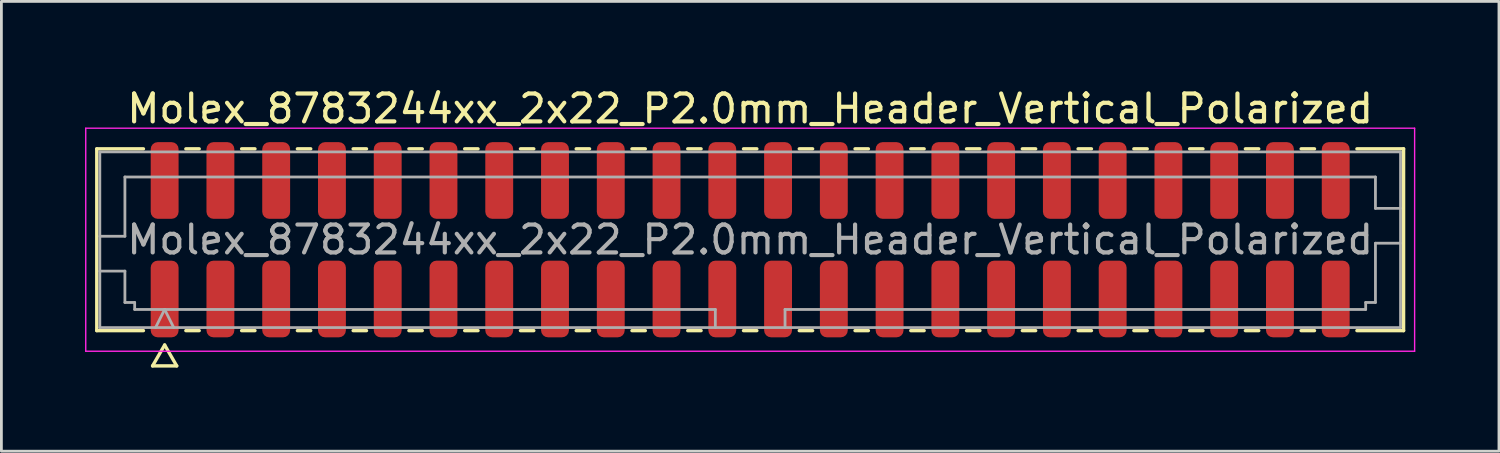
<source format=kicad_pcb>
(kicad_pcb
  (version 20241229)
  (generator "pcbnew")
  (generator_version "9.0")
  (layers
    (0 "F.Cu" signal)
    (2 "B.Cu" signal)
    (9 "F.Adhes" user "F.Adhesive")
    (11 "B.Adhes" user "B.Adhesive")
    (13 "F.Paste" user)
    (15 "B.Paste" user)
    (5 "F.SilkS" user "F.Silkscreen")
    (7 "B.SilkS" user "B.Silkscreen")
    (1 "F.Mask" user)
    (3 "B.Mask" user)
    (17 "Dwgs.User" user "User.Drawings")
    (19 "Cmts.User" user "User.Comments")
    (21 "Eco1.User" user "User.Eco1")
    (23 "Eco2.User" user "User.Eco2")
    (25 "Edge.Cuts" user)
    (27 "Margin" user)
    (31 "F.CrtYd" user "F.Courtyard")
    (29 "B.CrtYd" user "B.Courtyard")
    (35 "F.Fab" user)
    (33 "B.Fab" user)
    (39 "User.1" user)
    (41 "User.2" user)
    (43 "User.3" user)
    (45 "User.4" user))
  (footprint "Molex_8783244xx_2x22_P2.0mm_Header_Vertical_Polarized"
    (layer "F.Cu")
    (at 23.855 5.548)
    (property "Reference" "Molex_8783244xx_2x22_P2.0mm_Header_Vertical_Polarized" (at 0 -4.7 0) (layer "F.SilkS") (effects (font (size 1 1) (thickness 0.15))))
    (attr smd)
    (fp_line (start -23.435 -3.26) (end -21.76 -3.26) (stroke (width 0.12) (type solid)) (layer "F.SilkS"))
    (fp_line (start -23.435 3.26) (end -23.435 -3.26) (stroke (width 0.12) (type solid)) (layer "F.SilkS"))
    (fp_line (start -21.76 3.26) (end -23.435 3.26) (stroke (width 0.12) (type solid)) (layer "F.SilkS"))
    (fp_line (start -21.433 4.525) (end -21 3.775) (stroke (width 0.12) (type solid)) (layer "F.SilkS"))
    (fp_line (start -21 3.775) (end -20.567 4.525) (stroke (width 0.12) (type solid)) (layer "F.SilkS"))
    (fp_line (start -20.567 4.525) (end -21.433 4.525) (stroke (width 0.12) (type solid)) (layer "F.SilkS"))
    (fp_line (start -20.24 -3.26) (end -19.76 -3.26) (stroke (width 0.12) (type solid)) (layer "F.SilkS"))
    (fp_line (start -19.76 3.26) (end -20.24 3.26) (stroke (width 0.12) (type solid)) (layer "F.SilkS"))
    (fp_line (start -18.24 -3.26) (end -17.76 -3.26) (stroke (width 0.12) (type solid)) (layer "F.SilkS"))
    (fp_line (start -17.76 3.26) (end -18.24 3.26) (stroke (width 0.12) (type solid)) (layer "F.SilkS"))
    (fp_line (start -16.24 -3.26) (end -15.76 -3.26) (stroke (width 0.12) (type solid)) (layer "F.SilkS"))
    (fp_line (start -15.76 3.26) (end -16.24 3.26) (stroke (width 0.12) (type solid)) (layer "F.SilkS"))
    (fp_line (start -14.24 -3.26) (end -13.76 -3.26) (stroke (width 0.12) (type solid)) (layer "F.SilkS"))
    (fp_line (start -13.76 3.26) (end -14.24 3.26) (stroke (width 0.12) (type solid)) (layer "F.SilkS"))
    (fp_line (start -12.24 -3.26) (end -11.76 -3.26) (stroke (width 0.12) (type solid)) (layer "F.SilkS"))
    (fp_line (start -11.76 3.26) (end -12.24 3.26) (stroke (width 0.12) (type solid)) (layer "F.SilkS"))
    (fp_line (start -10.24 -3.26) (end -9.76 -3.26) (stroke (width 0.12) (type solid)) (layer "F.SilkS"))
    (fp_line (start -9.76 3.26) (end -10.24 3.26) (stroke (width 0.12) (type solid)) (layer "F.SilkS"))
    (fp_line (start -8.24 -3.26) (end -7.76 -3.26) (stroke (width 0.12) (type solid)) (layer "F.SilkS"))
    (fp_line (start -7.76 3.26) (end -8.24 3.26) (stroke (width 0.12) (type solid)) (layer "F.SilkS"))
    (fp_line (start -6.24 -3.26) (end -5.76 -3.26) (stroke (width 0.12) (type solid)) (layer "F.SilkS"))
    (fp_line (start -5.76 3.26) (end -6.24 3.26) (stroke (width 0.12) (type solid)) (layer "F.SilkS"))
    (fp_line (start -4.24 -3.26) (end -3.76 -3.26) (stroke (width 0.12) (type solid)) (layer "F.SilkS"))
    (fp_line (start -3.76 3.26) (end -4.24 3.26) (stroke (width 0.12) (type solid)) (layer "F.SilkS"))
    (fp_line (start -2.24 -3.26) (end -1.76 -3.26) (stroke (width 0.12) (type solid)) (layer "F.SilkS"))
    (fp_line (start -1.76 3.26) (end -2.24 3.26) (stroke (width 0.12) (type solid)) (layer "F.SilkS"))
    (fp_line (start -0.24 -3.26) (end 0.24 -3.26) (stroke (width 0.12) (type solid)) (layer "F.SilkS"))
    (fp_line (start 0.24 3.26) (end -0.24 3.26) (stroke (width 0.12) (type solid)) (layer "F.SilkS"))
    (fp_line (start 1.76 -3.26) (end 2.24 -3.26) (stroke (width 0.12) (type solid)) (layer "F.SilkS"))
    (fp_line (start 2.24 3.26) (end 1.76 3.26) (stroke (width 0.12) (type solid)) (layer "F.SilkS"))
    (fp_line (start 3.76 -3.26) (end 4.24 -3.26) (stroke (width 0.12) (type solid)) (layer "F.SilkS"))
    (fp_line (start 4.24 3.26) (end 3.76 3.26) (stroke (width 0.12) (type solid)) (layer "F.SilkS"))
    (fp_line (start 5.76 -3.26) (end 6.24 -3.26) (stroke (width 0.12) (type solid)) (layer "F.SilkS"))
    (fp_line (start 6.24 3.26) (end 5.76 3.26) (stroke (width 0.12) (type solid)) (layer "F.SilkS"))
    (fp_line (start 7.76 -3.26) (end 8.24 -3.26) (stroke (width 0.12) (type solid)) (layer "F.SilkS"))
    (fp_line (start 8.24 3.26) (end 7.76 3.26) (stroke (width 0.12) (type solid)) (layer "F.SilkS"))
    (fp_line (start 9.76 -3.26) (end 10.24 -3.26) (stroke (width 0.12) (type solid)) (layer "F.SilkS"))
    (fp_line (start 10.24 3.26) (end 9.76 3.26) (stroke (width 0.12) (type solid)) (layer "F.SilkS"))
    (fp_line (start 11.76 -3.26) (end 12.24 -3.26) (stroke (width 0.12) (type solid)) (layer "F.SilkS"))
    (fp_line (start 12.24 3.26) (end 11.76 3.26) (stroke (width 0.12) (type solid)) (layer "F.SilkS"))
    (fp_line (start 13.76 -3.26) (end 14.24 -3.26) (stroke (width 0.12) (type solid)) (layer "F.SilkS"))
    (fp_line (start 14.24 3.26) (end 13.76 3.26) (stroke (width 0.12) (type solid)) (layer "F.SilkS"))
    (fp_line (start 15.76 -3.26) (end 16.24 -3.26) (stroke (width 0.12) (type solid)) (layer "F.SilkS"))
    (fp_line (start 16.24 3.26) (end 15.76 3.26) (stroke (width 0.12) (type solid)) (layer "F.SilkS"))
    (fp_line (start 17.76 -3.26) (end 18.24 -3.26) (stroke (width 0.12) (type solid)) (layer "F.SilkS"))
    (fp_line (start 18.24 3.26) (end 17.76 3.26) (stroke (width 0.12) (type solid)) (layer "F.SilkS"))
    (fp_line (start 19.76 -3.26) (end 20.24 -3.26) (stroke (width 0.12) (type solid)) (layer "F.SilkS"))
    (fp_line (start 20.24 3.26) (end 19.76 3.26) (stroke (width 0.12) (type solid)) (layer "F.SilkS"))
    (fp_line (start 21.76 -3.26) (end 23.435 -3.26) (stroke (width 0.12) (type solid)) (layer "F.SilkS"))
    (fp_line (start 23.435 -3.26) (end 23.435 3.26) (stroke (width 0.12) (type solid)) (layer "F.SilkS"))
    (fp_line (start 23.435 3.26) (end 21.76 3.26) (stroke (width 0.12) (type solid)) (layer "F.SilkS"))
    (fp_line (start -23.83 -4) (end -23.83 4) (stroke (width 0.05) (type solid)) (layer "F.CrtYd"))
    (fp_line (start -23.83 4) (end 23.83 4) (stroke (width 0.05) (type solid)) (layer "F.CrtYd"))
    (fp_line (start 23.83 -4) (end -23.83 -4) (stroke (width 0.05) (type solid)) (layer "F.CrtYd"))
    (fp_line (start 23.83 4) (end 23.83 -4) (stroke (width 0.05) (type solid)) (layer "F.CrtYd"))
    (fp_line (start -23.325 -3.15) (end 23.325 -3.15) (stroke (width 0.1) (type solid)) (layer "F.Fab"))
    (fp_line (start -23.325 -0.125) (end -22.425 -0.125) (stroke (width 0.1) (type solid)) (layer "F.Fab"))
    (fp_line (start -23.325 1.125) (end -22.425 1.125) (stroke (width 0.1) (type solid)) (layer "F.Fab"))
    (fp_line (start -23.325 3.15) (end -23.325 -3.15) (stroke (width 0.1) (type solid)) (layer "F.Fab"))
    (fp_line (start -22.425 -2.25) (end 22.425 -2.25) (stroke (width 0.1) (type solid)) (layer "F.Fab"))
    (fp_line (start -22.425 -0.125) (end -22.425 -2.25) (stroke (width 0.1) (type solid)) (layer "F.Fab"))
    (fp_line (start -22.425 1.125) (end -22.425 2.25) (stroke (width 0.1) (type solid)) (layer "F.Fab"))
    (fp_line (start -22.425 2.25) (end -22.075 2.25) (stroke (width 0.1) (type solid)) (layer "F.Fab"))
    (fp_line (start -22.075 2.25) (end -22.075 2.5) (stroke (width 0.1) (type solid)) (layer "F.Fab"))
    (fp_line (start -22.075 2.5) (end -1.25 2.5) (stroke (width 0.1) (type solid)) (layer "F.Fab"))
    (fp_line (start -21.325 3.15) (end -21 2.5) (stroke (width 0.1) (type solid)) (layer "F.Fab"))
    (fp_line (start -21 2.5) (end -20.675 3.15) (stroke (width 0.1) (type solid)) (layer "F.Fab"))
    (fp_line (start -1.25 2.5) (end -1.25 3.15) (stroke (width 0.1) (type solid)) (layer "F.Fab"))
    (fp_line (start 1.25 2.5) (end 1.25 3.15) (stroke (width 0.1) (type solid)) (layer "F.Fab"))
    (fp_line (start 1.25 2.5) (end 22.075 2.5) (stroke (width 0.1) (type solid)) (layer "F.Fab"))
    (fp_line (start 22.075 2.25) (end 22.425 2.25) (stroke (width 0.1) (type solid)) (layer "F.Fab"))
    (fp_line (start 22.075 2.5) (end 22.075 2.25) (stroke (width 0.1) (type solid)) (layer "F.Fab"))
    (fp_line (start 22.425 -2.25) (end 22.425 -1.125) (stroke (width 0.1) (type solid)) (layer "F.Fab"))
    (fp_line (start 22.425 -1.125) (end 23.325 -1.125) (stroke (width 0.1) (type solid)) (layer "F.Fab"))
    (fp_line (start 22.425 0.125) (end 23.325 0.125) (stroke (width 0.1) (type solid)) (layer "F.Fab"))
    (fp_line (start 22.425 2.25) (end 22.425 0.125) (stroke (width 0.1) (type solid)) (layer "F.Fab"))
    (fp_line (start 23.325 -3.15) (end 23.325 3.15) (stroke (width 0.1) (type solid)) (layer "F.Fab"))
    (fp_line (start 23.325 3.15) (end -23.325 3.15) (stroke (width 0.1) (type solid)) (layer "F.Fab"))
    (fp_text user "${REFERENCE}" (at 0 0 0) (layer "F.Fab") (effects (font (size 1 1) (thickness 0.15))))
    (pad "1" smd roundrect (at -21 2.125) (size 1 2.75) (layers "F.Cu" "F.Mask" "F.Paste") (roundrect_rratio 0.25))
    (pad "2" smd roundrect (at -21 -2.125) (size 1 2.75) (layers "F.Cu" "F.Mask" "F.Paste") (roundrect_rratio 0.25))
    (pad "3" smd roundrect (at -19 2.125) (size 1 2.75) (layers "F.Cu" "F.Mask" "F.Paste") (roundrect_rratio 0.25))
    (pad "4" smd roundrect (at -19 -2.125) (size 1 2.75) (layers "F.Cu" "F.Mask" "F.Paste") (roundrect_rratio 0.25))
    (pad "5" smd roundrect (at -17 2.125) (size 1 2.75) (layers "F.Cu" "F.Mask" "F.Paste") (roundrect_rratio 0.25))
    (pad "6" smd roundrect (at -17 -2.125) (size 1 2.75) (layers "F.Cu" "F.Mask" "F.Paste") (roundrect_rratio 0.25))
    (pad "7" smd roundrect (at -15 2.125) (size 1 2.75) (layers "F.Cu" "F.Mask" "F.Paste") (roundrect_rratio 0.25))
    (pad "8" smd roundrect (at -15 -2.125) (size 1 2.75) (layers "F.Cu" "F.Mask" "F.Paste") (roundrect_rratio 0.25))
    (pad "9" smd roundrect (at -13 2.125) (size 1 2.75) (layers "F.Cu" "F.Mask" "F.Paste") (roundrect_rratio 0.25))
    (pad "10" smd roundrect (at -13 -2.125) (size 1 2.75) (layers "F.Cu" "F.Mask" "F.Paste") (roundrect_rratio 0.25))
    (pad "11" smd roundrect (at -11 2.125) (size 1 2.75) (layers "F.Cu" "F.Mask" "F.Paste") (roundrect_rratio 0.25))
    (pad "12" smd roundrect (at -11 -2.125) (size 1 2.75) (layers "F.Cu" "F.Mask" "F.Paste") (roundrect_rratio 0.25))
    (pad "13" smd roundrect (at -9 2.125) (size 1 2.75) (layers "F.Cu" "F.Mask" "F.Paste") (roundrect_rratio 0.25))
    (pad "14" smd roundrect (at -9 -2.125) (size 1 2.75) (layers "F.Cu" "F.Mask" "F.Paste") (roundrect_rratio 0.25))
    (pad "15" smd roundrect (at -7 2.125) (size 1 2.75) (layers "F.Cu" "F.Mask" "F.Paste") (roundrect_rratio 0.25))
    (pad "16" smd roundrect (at -7 -2.125) (size 1 2.75) (layers "F.Cu" "F.Mask" "F.Paste") (roundrect_rratio 0.25))
    (pad "17" smd roundrect (at -5 2.125) (size 1 2.75) (layers "F.Cu" "F.Mask" "F.Paste") (roundrect_rratio 0.25))
    (pad "18" smd roundrect (at -5 -2.125) (size 1 2.75) (layers "F.Cu" "F.Mask" "F.Paste") (roundrect_rratio 0.25))
    (pad "19" smd roundrect (at -3 2.125) (size 1 2.75) (layers "F.Cu" "F.Mask" "F.Paste") (roundrect_rratio 0.25))
    (pad "20" smd roundrect (at -3 -2.125) (size 1 2.75) (layers "F.Cu" "F.Mask" "F.Paste") (roundrect_rratio 0.25))
    (pad "21" smd roundrect (at -1 2.125) (size 1 2.75) (layers "F.Cu" "F.Mask" "F.Paste") (roundrect_rratio 0.25))
    (pad "22" smd roundrect (at -1 -2.125) (size 1 2.75) (layers "F.Cu" "F.Mask" "F.Paste") (roundrect_rratio 0.25))
    (pad "23" smd roundrect (at 1 2.125) (size 1 2.75) (layers "F.Cu" "F.Mask" "F.Paste") (roundrect_rratio 0.25))
    (pad "24" smd roundrect (at 1 -2.125) (size 1 2.75) (layers "F.Cu" "F.Mask" "F.Paste") (roundrect_rratio 0.25))
    (pad "25" smd roundrect (at 3 2.125) (size 1 2.75) (layers "F.Cu" "F.Mask" "F.Paste") (roundrect_rratio 0.25))
    (pad "26" smd roundrect (at 3 -2.125) (size 1 2.75) (layers "F.Cu" "F.Mask" "F.Paste") (roundrect_rratio 0.25))
    (pad "27" smd roundrect (at 5 2.125) (size 1 2.75) (layers "F.Cu" "F.Mask" "F.Paste") (roundrect_rratio 0.25))
    (pad "28" smd roundrect (at 5 -2.125) (size 1 2.75) (layers "F.Cu" "F.Mask" "F.Paste") (roundrect_rratio 0.25))
    (pad "29" smd roundrect (at 7 2.125) (size 1 2.75) (layers "F.Cu" "F.Mask" "F.Paste") (roundrect_rratio 0.25))
    (pad "30" smd roundrect (at 7 -2.125) (size 1 2.75) (layers "F.Cu" "F.Mask" "F.Paste") (roundrect_rratio 0.25))
    (pad "31" smd roundrect (at 9 2.125) (size 1 2.75) (layers "F.Cu" "F.Mask" "F.Paste") (roundrect_rratio 0.25))
    (pad "32" smd roundrect (at 9 -2.125) (size 1 2.75) (layers "F.Cu" "F.Mask" "F.Paste") (roundrect_rratio 0.25))
    (pad "33" smd roundrect (at 11 2.125) (size 1 2.75) (layers "F.Cu" "F.Mask" "F.Paste") (roundrect_rratio 0.25))
    (pad "34" smd roundrect (at 11 -2.125) (size 1 2.75) (layers "F.Cu" "F.Mask" "F.Paste") (roundrect_rratio 0.25))
    (pad "35" smd roundrect (at 13 2.125) (size 1 2.75) (layers "F.Cu" "F.Mask" "F.Paste") (roundrect_rratio 0.25))
    (pad "36" smd roundrect (at 13 -2.125) (size 1 2.75) (layers "F.Cu" "F.Mask" "F.Paste") (roundrect_rratio 0.25))
    (pad "37" smd roundrect (at 15 2.125) (size 1 2.75) (layers "F.Cu" "F.Mask" "F.Paste") (roundrect_rratio 0.25))
    (pad "38" smd roundrect (at 15 -2.125) (size 1 2.75) (layers "F.Cu" "F.Mask" "F.Paste") (roundrect_rratio 0.25))
    (pad "39" smd roundrect (at 17 2.125) (size 1 2.75) (layers "F.Cu" "F.Mask" "F.Paste") (roundrect_rratio 0.25))
    (pad "40" smd roundrect (at 17 -2.125) (size 1 2.75) (layers "F.Cu" "F.Mask" "F.Paste") (roundrect_rratio 0.25))
    (pad "41" smd roundrect (at 19 2.125) (size 1 2.75) (layers "F.Cu" "F.Mask" "F.Paste") (roundrect_rratio 0.25))
    (pad "42" smd roundrect (at 19 -2.125) (size 1 2.75) (layers "F.Cu" "F.Mask" "F.Paste") (roundrect_rratio 0.25))
    (pad "43" smd roundrect (at 21 2.125) (size 1 2.75) (layers "F.Cu" "F.Mask" "F.Paste") (roundrect_rratio 0.25))
    (pad "44" smd roundrect (at 21 -2.125) (size 1 2.75) (layers "F.Cu" "F.Mask" "F.Paste") (roundrect_rratio 0.25)))
  (gr_rect
    (start -3 -3)
    (end 50.71 13.133)
    (stroke (width 0.1) (type default))
    (fill no)
    (layer "Edge.Cuts")))
</source>
